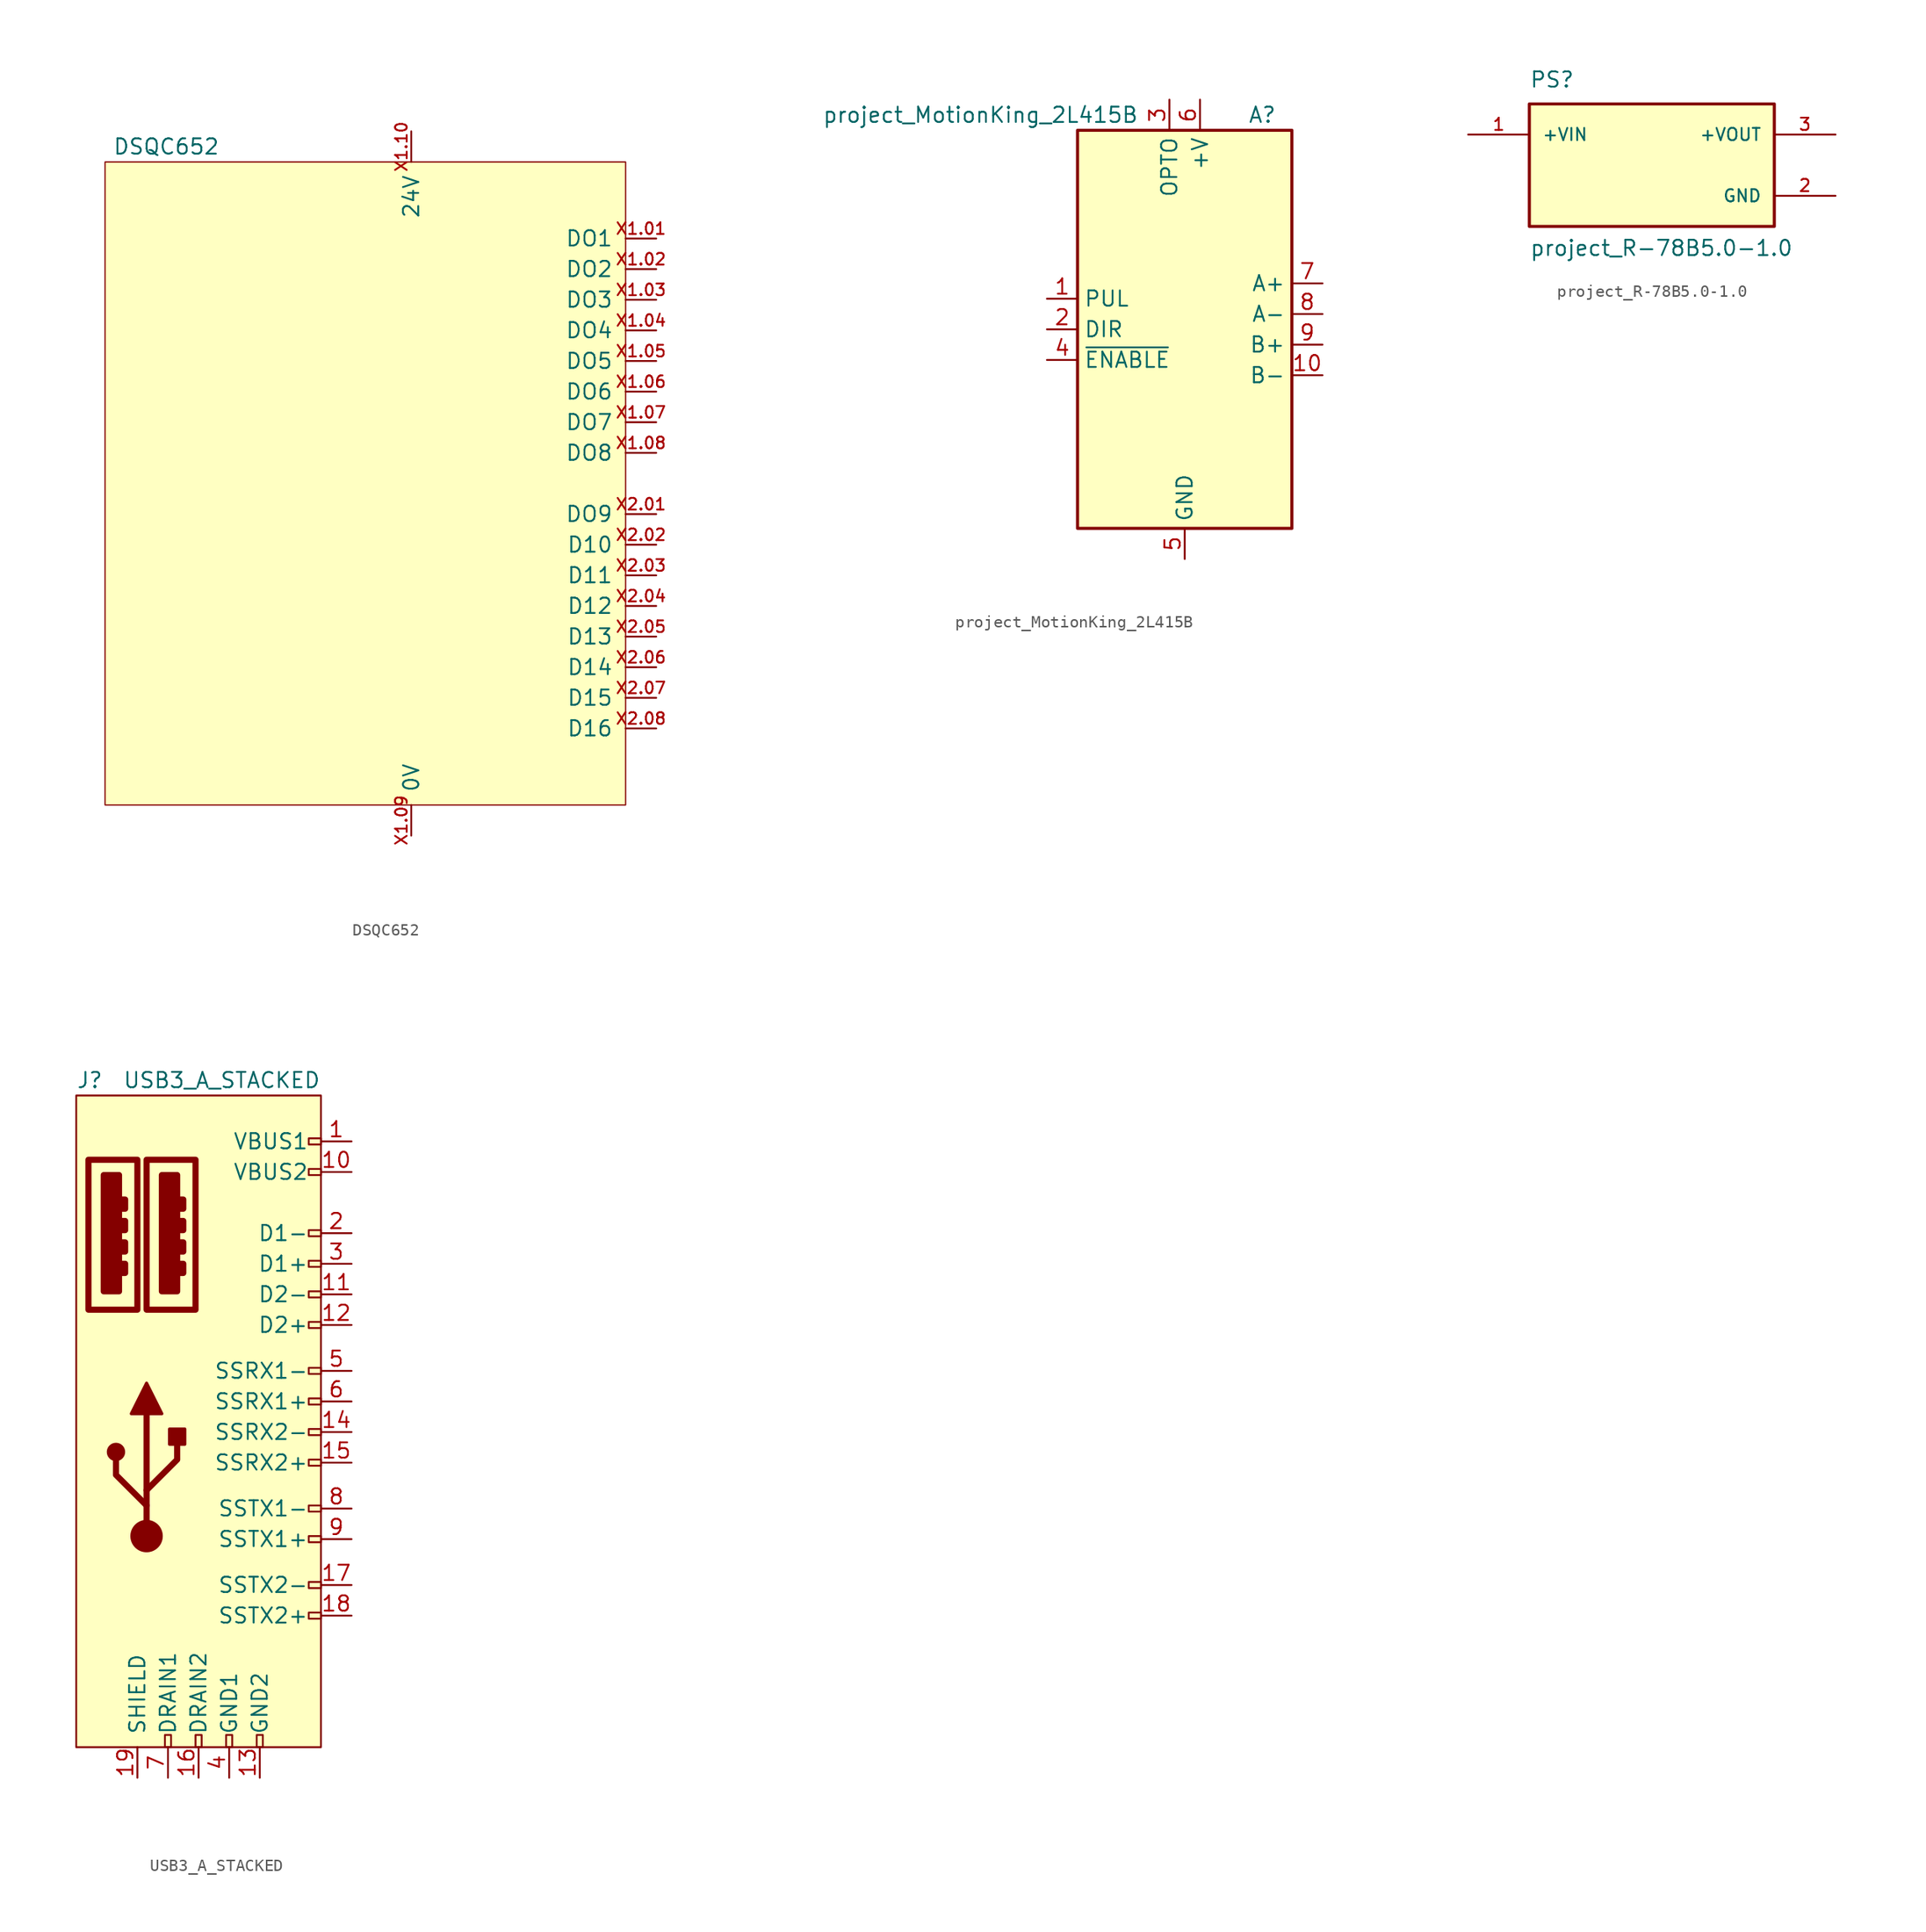
<source format=kicad_sym>
(kicad_symbol_lib
  (version 20211014)
  (generator kicad_symbol_editor)
  (symbol "DSQC652"
    (power)
    (pin_names
      (offset 1.016))
    (property "Reference" "U"
      (at 20.32 27.94 0)
      (effects (font (size 1.27 1.27)) hide))
    (property "Value" "DSQC652"
      (at -16.51 27.94 0)
      (effects (font (size 1.27 1.27))))
    (symbol "DSQC652_0_0"
      (pin output line (at 24.13 20.32 180) (length 2.54) (name "DO1" (effects (font (size 1.27 1.27)))) (number "X1.01" (effects (font (size 0.965 0.965)))))
      (pin power_in line (at 3.81 -29.21 90) (length 2.54) (name "0V" (effects (font (size 1.27 1.27)))) (number "X1.09" (effects (font (size 0.965 0.965)))))
      (pin power_out line (at 3.81 29.21 270) (length 2.54) (name "24V" (effects (font (size 1.27 1.27)))) (number "X1.10" (effects (font (size 0.965 0.965))))))
    (symbol "DSQC652_0_1"
      (rectangle (start 21.59 -26.67) (end -21.59 26.67) (stroke (width 0.102) (type default) (color 0 0 0 0)) (fill (type background))))
    (symbol "DSQC652_1_1"
      (pin output line (at 24.13 17.78 180) (length 2.54) (name "DO2" (effects (font (size 1.27 1.27)))) (number "X1.02" (effects (font (size 0.965 0.965)))))
      (pin output line (at 24.13 15.24 180) (length 2.54) (name "DO3" (effects (font (size 1.27 1.27)))) (number "X1.03" (effects (font (size 0.965 0.965)))))
      (pin output line (at 24.13 12.7 180) (length 2.54) (name "DO4" (effects (font (size 1.27 1.27)))) (number "X1.04" (effects (font (size 0.965 0.965)))))
      (pin output line (at 24.13 10.16 180) (length 2.54) (name "DO5" (effects (font (size 1.27 1.27)))) (number "X1.05" (effects (font (size 0.965 0.965)))))
      (pin output line (at 24.13 7.62 180) (length 2.54) (name "DO6" (effects (font (size 1.27 1.27)))) (number "X1.06" (effects (font (size 0.965 0.965)))))
      (pin output line (at 24.13 5.08 180) (length 2.54) (name "DO7" (effects (font (size 1.27 1.27)))) (number "X1.07" (effects (font (size 0.965 0.965)))))
      (pin output line (at 24.13 2.54 180) (length 2.54) (name "DO8" (effects (font (size 1.27 1.27)))) (number "X1.08" (effects (font (size 0.965 0.965)))))
      (pin output line (at 24.13 -2.54 180) (length 2.54) (name "DO9" (effects (font (size 1.27 1.27)))) (number "X2.01" (effects (font (size 0.965 0.965)))))
      (pin output line (at 24.13 -5.08 180) (length 2.54) (name "D10" (effects (font (size 1.27 1.27)))) (number "X2.02" (effects (font (size 0.965 0.965)))))
      (pin output line (at 24.13 -7.62 180) (length 2.54) (name "D11" (effects (font (size 1.27 1.27)))) (number "X2.03" (effects (font (size 0.965 0.965)))))
      (pin output line (at 24.13 -10.16 180) (length 2.54) (name "D12" (effects (font (size 1.27 1.27)))) (number "X2.04" (effects (font (size 0.965 0.965)))))
      (pin output line (at 24.13 -12.7 180) (length 2.54) (name "D13" (effects (font (size 1.27 1.27)))) (number "X2.05" (effects (font (size 0.965 0.965)))))
      (pin output line (at 24.13 -15.24 180) (length 2.54) (name "D14" (effects (font (size 1.27 1.27)))) (number "X2.06" (effects (font (size 0.965 0.965)))))
      (pin output line (at 24.13 -17.78 180) (length 2.54) (name "D15" (effects (font (size 1.27 1.27)))) (number "X2.07" (effects (font (size 0.965 0.965)))))
      (pin output line (at 24.13 -20.32 180) (length 2.54) (name "D16" (effects (font (size 1.27 1.27)))) (number "X2.08" (effects (font (size 0.965 0.965)))))))
  (symbol "project_MotionKing_2L415B"
    (property "Reference" "A"
      (at 7.62 17.78 0)
      (effects (font (size 1.27 1.27)) (justify right)))
    (property "Value" "project_MotionKing_2L415B"
      (at -3.81 17.78 0)
      (effects (font (size 1.27 1.27)) (justify right)))
    (symbol "project_MotionKing_2L415B_0_1"
      (rectangle (start 8.89 -16.51) (end -8.89 16.51) (stroke (width 0.254) (type default) (color 0 0 0 0)) (fill (type background))))
    (symbol "project_MotionKing_2L415B_1_1"
      (pin input line (at -11.43 2.54 0) (length 2.54) (name "PUL" (effects (font (size 1.27 1.27)))) (number "1" (effects (font (size 1.27 1.27)))))
      (pin output line (at 11.43 -3.81 180) (length 2.54) (name "B-" (effects (font (size 1.27 1.27)))) (number "10" (effects (font (size 1.27 1.27)))))
      (pin input line (at -11.43 0 0) (length 2.54) (name "DIR" (effects (font (size 1.27 1.27)))) (number "2" (effects (font (size 1.27 1.27)))))
      (pin power_in line (at -1.27 19.05 270) (length 2.54) (name "OPTO" (effects (font (size 1.27 1.27)))) (number "3" (effects (font (size 1.27 1.27)))))
      (pin input line (at -11.43 -2.54 0) (length 2.54) (name "~{ENABLE}" (effects (font (size 1.27 1.27)))) (number "4" (effects (font (size 1.27 1.27)))))
      (pin power_in line (at 0 -19.05 90) (length 2.54) (name "GND" (effects (font (size 1.27 1.27)))) (number "5" (effects (font (size 1.27 1.27)))))
      (pin power_in line (at 1.27 19.05 270) (length 2.54) (name "+V" (effects (font (size 1.27 1.27)))) (number "6" (effects (font (size 1.27 1.27)))))
      (pin output line (at 11.43 3.81 180) (length 2.54) (name "A+" (effects (font (size 1.27 1.27)))) (number "7" (effects (font (size 1.27 1.27)))))
      (pin output line (at 11.43 1.27 180) (length 2.54) (name "A-" (effects (font (size 1.27 1.27)))) (number "8" (effects (font (size 1.27 1.27)))))
      (pin output line (at 11.43 -1.27 180) (length 2.54) (name "B+" (effects (font (size 1.27 1.27)))) (number "9" (effects (font (size 1.27 1.27)))))))
  (symbol "project_R-78B5.0-1.0"
    (pin_names
      (offset 1.016))
    (property "Reference" "PS"
      (at -10.16 6.35 0)
      (effects (font (size 1.27 1.27)) (justify left bottom)))
    (property "Value" "project_R-78B5.0-1.0"
      (at -10.16 -7.62 0)
      (effects (font (size 1.27 1.27)) (justify left bottom)))
    (symbol "project_R-78B5.0-1.0_0_0"
      (rectangle (start -10.16 -5.08) (end 10.16 5.08) (stroke (width 0.254) (type default) (color 0 0 0 0)) (fill (type background)))
      (pin input line (at -15.24 2.54 0) (length 5.08) (name "+VIN" (effects (font (size 1.016 1.016)))) (number "1" (effects (font (size 1.016 1.016)))))
      (pin power_in line (at 15.24 -2.54 180) (length 5.08) (name "GND" (effects (font (size 1.016 1.016)))) (number "2" (effects (font (size 1.016 1.016)))))
      (pin output line (at 15.24 2.54 180) (length 5.08) (name "+VOUT" (effects (font (size 1.016 1.016)))) (number "3" (effects (font (size 1.016 1.016)))))))
  (symbol "USB3_A_STACKED"
    (pin_names
      (offset 1.016))
    (property "Reference" "J"
      (at -10.16 28.321 0)
      (effects (font (size 1.27 1.27)) (justify left)))
    (property "Value" "USB3_A_STACKED"
      (at 10.16 28.321 0)
      (effects (font (size 1.27 1.27)) (justify right)))
    (symbol "USB3_A_STACKED_0_0"
      (rectangle (start -9.144 21.717) (end -5.08 9.271) (stroke (width 0.508) (type default) (color 0 0 0 0)) (fill (type none)))
      (rectangle (start -7.874 20.447) (end -6.604 10.795) (stroke (width 0.508) (type default) (color 0 0 0 0)) (fill (type outline)))
      (rectangle (start -6.35 13.081) (end -6.096 12.319) (stroke (width 0.508) (type default) (color 0 0 0 0)) (fill (type none)))
      (rectangle (start -6.35 14.859) (end -6.096 14.097) (stroke (width 0.508) (type default) (color 0 0 0 0)) (fill (type none)))
      (rectangle (start -6.35 16.637) (end -6.096 15.875) (stroke (width 0.508) (type default) (color 0 0 0 0)) (fill (type none)))
      (rectangle (start -6.35 18.415) (end -6.096 17.653) (stroke (width 0.508) (type default) (color 0 0 0 0)) (fill (type none)))
      (rectangle (start -4.318 21.717) (end -0.254 9.271) (stroke (width 0.508) (type default) (color 0 0 0 0)) (fill (type none)))
      (rectangle (start -3.048 20.447) (end -1.778 10.795) (stroke (width 0.508) (type default) (color 0 0 0 0)) (fill (type outline)))
      (rectangle (start -2.794 -27.051) (end -2.286 -26.035) (stroke (width 0) (type default) (color 0 0 0 0)) (fill (type none)))
      (rectangle (start -1.524 13.081) (end -1.27 12.319) (stroke (width 0.508) (type default) (color 0 0 0 0)) (fill (type none)))
      (rectangle (start -1.524 14.859) (end -1.27 14.097) (stroke (width 0.508) (type default) (color 0 0 0 0)) (fill (type none)))
      (rectangle (start -1.524 16.637) (end -1.27 15.875) (stroke (width 0.508) (type default) (color 0 0 0 0)) (fill (type none)))
      (rectangle (start -1.524 18.415) (end -1.27 17.653) (stroke (width 0.508) (type default) (color 0 0 0 0)) (fill (type none)))
      (rectangle (start -0.254 -27.051) (end 0.254 -26.035) (stroke (width 0) (type default) (color 0 0 0 0)) (fill (type none)))
      (rectangle (start 2.286 -27.051) (end 2.794 -26.035) (stroke (width 0) (type default) (color 0 0 0 0)) (fill (type none)))
      (rectangle (start 4.826 -27.051) (end 5.334 -26.035) (stroke (width 0) (type default) (color 0 0 0 0)) (fill (type none)))
      (rectangle (start 10.16 -15.875) (end 9.144 -16.383) (stroke (width 0) (type default) (color 0 0 0 0)) (fill (type none)))
      (rectangle (start 10.16 -13.335) (end 9.144 -13.843) (stroke (width 0) (type default) (color 0 0 0 0)) (fill (type none)))
      (rectangle (start 10.16 -9.525) (end 9.144 -10.033) (stroke (width 0) (type default) (color 0 0 0 0)) (fill (type none)))
      (rectangle (start 10.16 -6.985) (end 9.144 -7.493) (stroke (width 0) (type default) (color 0 0 0 0)) (fill (type none)))
      (rectangle (start 10.16 -3.175) (end 9.144 -3.683) (stroke (width 0) (type default) (color 0 0 0 0)) (fill (type none)))
      (rectangle (start 10.16 -0.635) (end 9.144 -1.143) (stroke (width 0) (type default) (color 0 0 0 0)) (fill (type none)))
      (rectangle (start 10.16 1.905) (end 9.144 1.397) (stroke (width 0) (type default) (color 0 0 0 0)) (fill (type none)))
      (rectangle (start 10.16 4.445) (end 9.144 3.937) (stroke (width 0) (type default) (color 0 0 0 0)) (fill (type none)))
      (rectangle (start 10.16 8.255) (end 9.144 7.747) (stroke (width 0) (type default) (color 0 0 0 0)) (fill (type none)))
      (rectangle (start 10.16 10.795) (end 9.144 10.287) (stroke (width 0) (type default) (color 0 0 0 0)) (fill (type none)))
      (rectangle (start 10.16 13.335) (end 9.144 12.827) (stroke (width 0) (type default) (color 0 0 0 0)) (fill (type none)))
      (rectangle (start 10.16 15.875) (end 9.144 15.367) (stroke (width 0) (type default) (color 0 0 0 0)) (fill (type none)))
      (rectangle (start 10.16 20.955) (end 9.144 20.447) (stroke (width 0) (type default) (color 0 0 0 0)) (fill (type none)))
      (rectangle (start 10.16 23.495) (end 9.144 22.987) (stroke (width 0) (type default) (color 0 0 0 0)) (fill (type none)))
      (pin power_in line (at 12.7 20.701 180) (length 2.54) (name "VBUS2" (effects (font (size 1.27 1.27)))) (number "10" (effects (font (size 1.27 1.27)))))
      (pin bidirectional line (at 12.7 10.541 180) (length 2.54) (name "D2-" (effects (font (size 1.27 1.27)))) (number "11" (effects (font (size 1.27 1.27)))))
      (pin bidirectional line (at 12.7 8.001 180) (length 2.54) (name "D2+" (effects (font (size 1.27 1.27)))) (number "12" (effects (font (size 1.27 1.27)))))
      (pin power_in line (at 5.08 -29.591 90) (length 2.54) (name "GND2" (effects (font (size 1.27 1.27)))) (number "13" (effects (font (size 1.27 1.27)))))
      (pin output line (at 12.7 -0.889 180) (length 2.54) (name "SSRX2-" (effects (font (size 1.27 1.27)))) (number "14" (effects (font (size 1.27 1.27)))))
      (pin output line (at 12.7 -3.429 180) (length 2.54) (name "SSRX2+" (effects (font (size 1.27 1.27)))) (number "15" (effects (font (size 1.27 1.27)))))
      (pin passive line (at 0 -29.591 90) (length 2.54) (name "DRAIN2" (effects (font (size 1.27 1.27)))) (number "16" (effects (font (size 1.27 1.27)))))
      (pin input line (at 12.7 -13.589 180) (length 2.54) (name "SSTX2-" (effects (font (size 1.27 1.27)))) (number "17" (effects (font (size 1.27 1.27)))))
      (pin input line (at 12.7 -16.129 180) (length 2.54) (name "SSTX2+" (effects (font (size 1.27 1.27)))) (number "18" (effects (font (size 1.27 1.27))))))
    (symbol "USB3_A_STACKED_0_1"
      (rectangle (start 10.16 -27.051) (end -10.16 27.051) (stroke (width 0) (type default) (color 0 0 0 0)) (fill (type background))))
    (symbol "USB3_A_STACKED_1_1"
      (circle (center -6.858 -2.54) (radius 0.635) (stroke (width 0.254) (type default) (color 0 0 0 0)) (fill (type outline)))
      (circle (center -4.318 -9.525) (radius 1.27) (stroke (width 0) (type default) (color 0 0 0 0)) (fill (type outline)))
      (rectangle (start -2.413 -1.905) (end -1.143 -0.635) (stroke (width 0.254) (type default) (color 0 0 0 0)) (fill (type outline)))
      (polyline (pts (xy -4.318 -9.525) (xy -4.318 0.635)) (stroke (width 0.508) (type default) (color 0 0 0 0)) (fill (type none)))
      (polyline (pts (xy -4.318 -6.985) (xy -6.858 -4.445) (xy -6.858 -3.175)) (stroke (width 0.508) (type default) (color 0 0 0 0)) (fill (type none)))
      (polyline (pts (xy -4.318 -5.715) (xy -1.778 -3.175) (xy -1.778 -1.905)) (stroke (width 0.508) (type default) (color 0 0 0 0)) (fill (type none)))
      (polyline (pts (xy -5.588 0.635) (xy -4.318 3.175) (xy -3.048 0.635) (xy -5.588 0.635)) (stroke (width 0.254) (type default) (color 0 0 0 0)) (fill (type outline)))
      (pin power_in line (at 12.7 23.241 180) (length 2.54) (name "VBUS1" (effects (font (size 1.27 1.27)))) (number "1" (effects (font (size 1.27 1.27)))))
      (pin passive line (at -5.08 -29.591 90) (length 2.54) (name "SHIELD" (effects (font (size 1.27 1.27)))) (number "19" (effects (font (size 1.27 1.27)))))
      (pin bidirectional line (at 12.7 15.621 180) (length 2.54) (name "D1-" (effects (font (size 1.27 1.27)))) (number "2" (effects (font (size 1.27 1.27)))))
      (pin bidirectional line (at 12.7 13.081 180) (length 2.54) (name "D1+" (effects (font (size 1.27 1.27)))) (number "3" (effects (font (size 1.27 1.27)))))
      (pin power_in line (at 2.54 -29.591 90) (length 2.54) (name "GND1" (effects (font (size 1.27 1.27)))) (number "4" (effects (font (size 1.27 1.27)))))
      (pin output line (at 12.7 4.191 180) (length 2.54) (name "SSRX1-" (effects (font (size 1.27 1.27)))) (number "5" (effects (font (size 1.27 1.27)))))
      (pin output line (at 12.7 1.651 180) (length 2.54) (name "SSRX1+" (effects (font (size 1.27 1.27)))) (number "6" (effects (font (size 1.27 1.27)))))
      (pin passive line (at -2.54 -29.591 90) (length 2.54) (name "DRAIN1" (effects (font (size 1.27 1.27)))) (number "7" (effects (font (size 1.27 1.27)))))
      (pin input line (at 12.7 -7.239 180) (length 2.54) (name "SSTX1-" (effects (font (size 1.27 1.27)))) (number "8" (effects (font (size 1.27 1.27)))))
      (pin input line (at 12.7 -9.779 180) (length 2.54) (name "SSTX1+" (effects (font (size 1.27 1.27)))) (number "9" (effects (font (size 1.27 1.27))))))))
</source>
